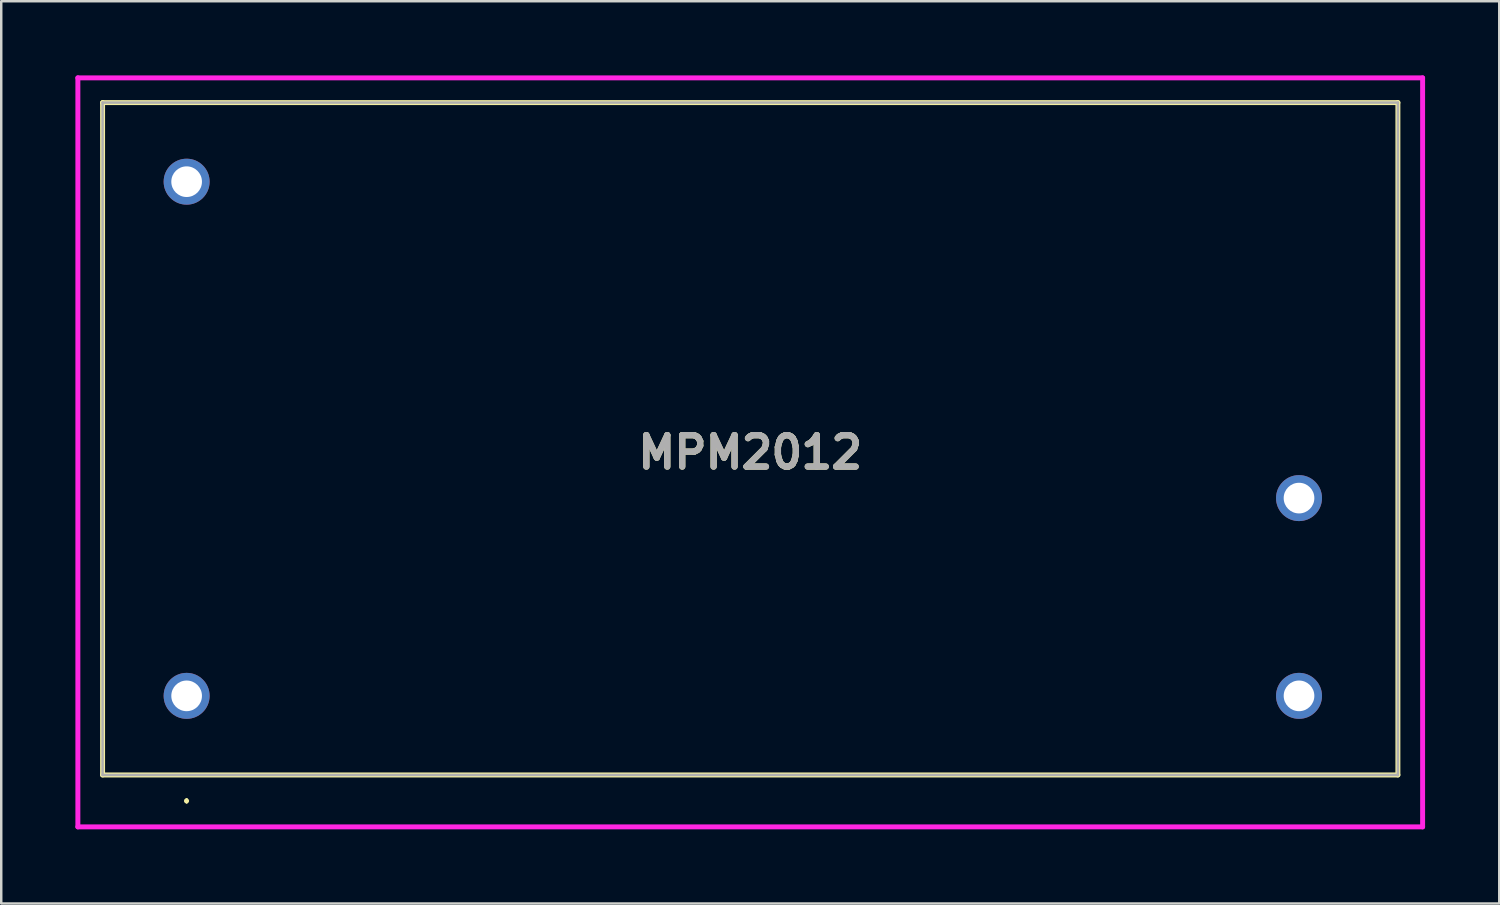
<source format=kicad_pcb>
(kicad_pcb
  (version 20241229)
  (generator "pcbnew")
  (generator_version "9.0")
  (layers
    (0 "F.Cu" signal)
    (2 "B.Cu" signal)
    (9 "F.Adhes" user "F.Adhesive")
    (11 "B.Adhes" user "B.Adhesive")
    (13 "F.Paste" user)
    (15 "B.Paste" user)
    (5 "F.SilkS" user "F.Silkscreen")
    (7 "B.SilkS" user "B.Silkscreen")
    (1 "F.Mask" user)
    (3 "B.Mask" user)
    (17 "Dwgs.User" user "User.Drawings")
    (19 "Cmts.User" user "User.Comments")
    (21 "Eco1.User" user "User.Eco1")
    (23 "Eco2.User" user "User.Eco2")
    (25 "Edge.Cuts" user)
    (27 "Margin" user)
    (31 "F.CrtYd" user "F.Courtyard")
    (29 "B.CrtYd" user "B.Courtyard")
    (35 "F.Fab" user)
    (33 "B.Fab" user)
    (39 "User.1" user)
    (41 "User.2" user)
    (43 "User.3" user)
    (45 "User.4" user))
  (footprint "MPM2012"
    (layer "F.Cu")
    (at 4.5 25.1)
    (property "Reference" "MPM2012" (at 22.8 -9.85 0) (layer "F.SilkS") (effects (font (size 1.27 1.27) (thickness 0.254))))
    (attr through_hole)
    (fp_line (start -3.4 -24) (end -3.4 3.2) (stroke (width 0.2) (type solid)) (layer "F.SilkS"))
    (fp_line (start -3.4 3.2) (end 49 3.2) (stroke (width 0.2) (type solid)) (layer "F.SilkS"))
    (fp_line (start 0 4.2) (end 0 4.2) (stroke (width 0.1) (type solid)) (layer "F.SilkS"))
    (fp_line (start 0 4.2) (end 0 4.2) (stroke (width 0.1) (type solid)) (layer "F.SilkS"))
    (fp_line (start 0 4.3) (end 0 4.3) (stroke (width 0.1) (type solid)) (layer "F.SilkS"))
    (fp_line (start 49 -24) (end -3.4 -24) (stroke (width 0.2) (type solid)) (layer "F.SilkS"))
    (fp_line (start 49 3.2) (end 49 -24) (stroke (width 0.2) (type solid)) (layer "F.SilkS"))
    (fp_arc (start 0 4.2) (mid 0.05 4.25) (end 0 4.3) (stroke (width 0.1) (type solid)) (layer "F.SilkS"))
    (fp_arc (start 0 4.3) (mid -0.05 4.25) (end 0 4.2) (stroke (width 0.1) (type solid)) (layer "F.SilkS"))
    (fp_arc (start 0 4.3) (mid -0.05 4.25) (end 0 4.2) (stroke (width 0.1) (type solid)) (layer "F.SilkS"))
    (fp_line (start -4.4 -25) (end -4.4 5.3) (stroke (width 0.2) (type solid)) (layer "F.CrtYd"))
    (fp_line (start -4.4 5.3) (end 50 5.3) (stroke (width 0.2) (type solid)) (layer "F.CrtYd"))
    (fp_line (start 50 -25) (end -4.4 -25) (stroke (width 0.2) (type solid)) (layer "F.CrtYd"))
    (fp_line (start 50 5.3) (end 50 -25) (stroke (width 0.2) (type solid)) (layer "F.CrtYd"))
    (fp_line (start -3.4 -24) (end 49 -24) (stroke (width 0.1) (type solid)) (layer "F.Fab"))
    (fp_line (start -3.4 3.2) (end -3.4 -24) (stroke (width 0.1) (type solid)) (layer "F.Fab"))
    (fp_line (start 49 -24) (end 49 3.2) (stroke (width 0.1) (type solid)) (layer "F.Fab"))
    (fp_line (start 49 3.2) (end -3.4 3.2) (stroke (width 0.1) (type solid)) (layer "F.Fab"))
    (fp_text user "${REFERENCE}" (at 22.8 -9.85 0) (layer "F.Fab") (effects (font (size 1.27 1.27) (thickness 0.254))))
    (pad "1" thru_hole circle (at 0 0) (size 1.86 1.86) (drill 1.24) (layers "*.Cu" "*.Mask"))
    (pad "2" thru_hole circle (at 45 0) (size 1.86 1.86) (drill 1.24) (layers "*.Cu" "*.Mask"))
    (pad "3" thru_hole circle (at 45 -8) (size 1.86 1.86) (drill 1.24) (layers "*.Cu" "*.Mask"))
    (pad "4" thru_hole circle (at 0 -20.8) (size 1.86 1.86) (drill 1.24) (layers "*.Cu" "*.Mask")))
  (gr_rect
    (start -3 -3)
    (end 57.6 33.5)
    (stroke (width 0.1) (type default))
    (fill no)
    (layer "Edge.Cuts")))
</source>
